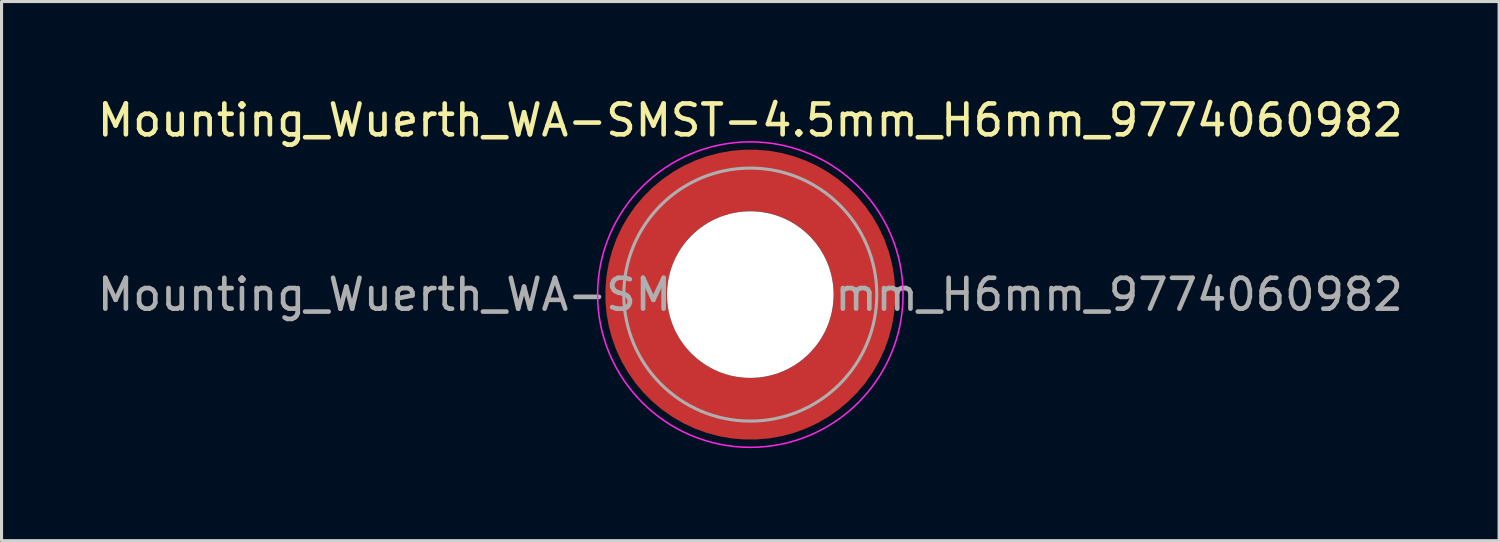
<source format=kicad_pcb>
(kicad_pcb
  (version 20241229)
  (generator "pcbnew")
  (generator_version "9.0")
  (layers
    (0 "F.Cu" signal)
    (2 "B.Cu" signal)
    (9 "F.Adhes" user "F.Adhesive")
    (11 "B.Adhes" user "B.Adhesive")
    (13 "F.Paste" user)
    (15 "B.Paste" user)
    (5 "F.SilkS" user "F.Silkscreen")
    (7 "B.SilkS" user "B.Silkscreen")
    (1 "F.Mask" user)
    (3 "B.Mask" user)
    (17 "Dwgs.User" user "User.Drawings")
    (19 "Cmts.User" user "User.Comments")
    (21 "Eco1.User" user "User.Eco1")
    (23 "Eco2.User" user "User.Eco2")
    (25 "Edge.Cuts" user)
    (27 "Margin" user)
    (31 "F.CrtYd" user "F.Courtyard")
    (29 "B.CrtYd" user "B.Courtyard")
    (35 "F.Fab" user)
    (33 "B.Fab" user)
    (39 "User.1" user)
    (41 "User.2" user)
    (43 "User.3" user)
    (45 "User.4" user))
  (footprint "Mounting_Wuerth_WA-SMST-4.5mm_H6mm_9774060982"
    (layer "F.Cu")
    (at 21.268 6.498)
    (property "Reference" "Mounting_Wuerth_WA-SMST-4.5mm_H6mm_9774060982" (at 0 -5.65 0) (layer "F.SilkS") (effects (font (size 1 1) (thickness 0.15))))
    (attr smd allow_soldermask_bridges)
    (fp_circle (center 0 0) (end 4.95 0) (stroke (width 0.05) (type solid)) (fill no) (layer "F.CrtYd"))
    (fp_circle (center 0 0) (end 4.1 0) (stroke (width 0.1) (type solid)) (fill no) (layer "F.Fab"))
    (fp_text user "${REFERENCE}" (at 0 0 0) (layer "F.Fab") (effects (font (size 1 1) (thickness 0.15))))
    (pad "" smd custom (at -2.607 -2.607) (size 0.948 0.948) (layers "F.Paste") (options (anchor circle)) (primitives (gr_arc (start -0.188183 2.107456) (mid 0.599273 0.599273) (end 2.107456 -0.188183) (width 0.2)) (gr_arc (start -0.289416 2.107456) (mid 0.52877 0.52877) (end 2.107456 -0.289416) (width 0.2)) (gr_arc (start -0.390547 2.107456) (mid 0.458268 0.458268) (end 2.107456 -0.390547) (width 0.2)) (gr_arc (start -0.491585 2.107456) (mid 0.387765 0.387765) (end 2.107456 -0.491585) (width 0.2)) (gr_arc (start -0.59254 2.107456) (mid 0.317262 0.317262) (end 2.107456 -0.59254) (width 0.2)) (gr_arc (start -0.693419 2.107456) (mid 0.246759 0.246759) (end 2.107456 -0.693419) (width 0.2)) (gr_arc (start -0.794229 2.107456) (mid 0.176257 0.176257) (end 2.107456 -0.794229) (width 0.2)) (gr_arc (start -0.894975 2.107456) (mid 0.105754 0.105754) (end 2.107456 -0.894975) (width 0.2)) (gr_arc (start -0.995664 2.107456) (mid 0.035251 0.035251) (end 2.107456 -0.995664) (width 0.2)) (gr_arc (start -1.0963 2.107456) (mid -0.035251 -0.035251) (end 2.107456 -1.0963) (width 0.2)) (gr_arc (start -1.196886 2.107456) (mid -0.105754 -0.105754) (end 2.107456 -1.196886) (width 0.2)) (gr_arc (start -1.297427 2.107456) (mid -0.176257 -0.176257) (end 2.107456 -1.297427) (width 0.2)) (gr_arc (start -1.397927 2.107456) (mid -0.246759 -0.246759) (end 2.107456 -1.397927) (width 0.2)) (gr_arc (start -1.498388 2.107456) (mid -0.317262 -0.317262) (end 2.107456 -1.498388) (width 0.2)) (gr_arc (start -1.598813 2.107456) (mid -0.387765 -0.387765) (end 2.107456 -1.598813) (width 0.2)) (gr_arc (start -1.699204 2.107456) (mid -0.458268 -0.458268) (end 2.107456 -1.699204) (width 0.2)) (gr_arc (start -1.799565 2.107456) (mid -0.52877 -0.52877) (end 2.107456 -1.799565) (width 0.2)) (gr_arc (start -1.899896 2.107456) (mid -0.599273 -0.599273) (end 2.107456 -1.899896) (width 0.2)) (gr_arc (start -1.899896 2.107456) (mid -0.599273 -0.599273) (end 2.107456 -1.899896) (width 0.2)) (gr_line (start 2.107 -0.188) (end 2.107 -1.9) (width 0.2)) (gr_line (start -0.188 2.107) (end -1.9 2.107) (width 0.2))))
    (pad "" smd custom (at -2.607 2.607) (size 0.948 0.948) (layers "F.Paste") (options (anchor circle)) (primitives (gr_arc (start 2.107456 0.188183) (mid 0.599273 -0.599273) (end -0.188183 -2.107456) (width 0.2)) (gr_arc (start 2.107456 0.289416) (mid 0.52877 -0.52877) (end -0.289416 -2.107456) (width 0.2)) (gr_arc (start 2.107456 0.390547) (mid 0.458268 -0.458268) (end -0.390547 -2.107456) (width 0.2)) (gr_arc (start 2.107456 0.491585) (mid 0.387765 -0.387765) (end -0.491585 -2.107456) (width 0.2)) (gr_arc (start 2.107456 0.59254) (mid 0.317262 -0.317262) (end -0.59254 -2.107456) (width 0.2)) (gr_arc (start 2.107456 0.693419) (mid 0.246759 -0.246759) (end -0.693419 -2.107456) (width 0.2)) (gr_arc (start 2.107456 0.794229) (mid 0.176257 -0.176257) (end -0.794229 -2.107456) (width 0.2)) (gr_arc (start 2.107456 0.894975) (mid 0.105754 -0.105754) (end -0.894975 -2.107456) (width 0.2)) (gr_arc (start 2.107456 0.995664) (mid 0.035251 -0.035251) (end -0.995664 -2.107456) (width 0.2)) (gr_arc (start 2.107456 1.0963) (mid -0.035251 0.035251) (end -1.0963 -2.107456) (width 0.2)) (gr_arc (start 2.107456 1.196886) (mid -0.105754 0.105754) (end -1.196886 -2.107456) (width 0.2)) (gr_arc (start 2.107456 1.297427) (mid -0.176257 0.176257) (end -1.297427 -2.107456) (width 0.2)) (gr_arc (start 2.107456 1.397927) (mid -0.246759 0.246759) (end -1.397927 -2.107456) (width 0.2)) (gr_arc (start 2.107456 1.498388) (mid -0.317262 0.317262) (end -1.498388 -2.107456) (width 0.2)) (gr_arc (start 2.107456 1.598813) (mid -0.387765 0.387765) (end -1.598813 -2.107456) (width 0.2)) (gr_arc (start 2.107456 1.699204) (mid -0.458268 0.458268) (end -1.699204 -2.107456) (width 0.2)) (gr_arc (start 2.107456 1.799565) (mid -0.52877 0.52877) (end -1.799565 -2.107456) (width 0.2)) (gr_arc (start 2.107456 1.899896) (mid -0.599273 0.599273) (end -1.899896 -2.107456) (width 0.2)) (gr_arc (start 2.107456 1.899896) (mid -0.599273 0.599273) (end -1.899896 -2.107456) (width 0.2)) (gr_line (start -0.188 -2.107) (end -1.9 -2.107) (width 0.2)) (gr_line (start 2.107 0.188) (end 2.107 1.9) (width 0.2))))
    (pad "" np_thru_hole circle (at 0 0) (size 5.4 5.4) (drill 5.4) (layers "*.Cu" "*.Mask"))
    (pad "" smd custom (at 2.607 -2.607) (size 0.948 0.948) (layers "F.Paste") (options (anchor circle)) (primitives (gr_arc (start -2.107456 -0.188183) (mid -0.599273 0.599273) (end 0.188183 2.107456) (width 0.2)) (gr_arc (start -2.107456 -0.289416) (mid -0.52877 0.52877) (end 0.289416 2.107456) (width 0.2)) (gr_arc (start -2.107456 -0.390547) (mid -0.458268 0.458268) (end 0.390547 2.107456) (width 0.2)) (gr_arc (start -2.107456 -0.491585) (mid -0.387765 0.387765) (end 0.491585 2.107456) (width 0.2)) (gr_arc (start -2.107456 -0.59254) (mid -0.317262 0.317262) (end 0.59254 2.107456) (width 0.2)) (gr_arc (start -2.107456 -0.693419) (mid -0.246759 0.246759) (end 0.693419 2.107456) (width 0.2)) (gr_arc (start -2.107456 -0.794229) (mid -0.176257 0.176257) (end 0.794229 2.107456) (width 0.2)) (gr_arc (start -2.107456 -0.894975) (mid -0.105754 0.105754) (end 0.894975 2.107456) (width 0.2)) (gr_arc (start -2.107456 -0.995664) (mid -0.035251 0.035251) (end 0.995664 2.107456) (width 0.2)) (gr_arc (start -2.107456 -1.0963) (mid 0.035251 -0.035251) (end 1.0963 2.107456) (width 0.2)) (gr_arc (start -2.107456 -1.196886) (mid 0.105754 -0.105754) (end 1.196886 2.107456) (width 0.2)) (gr_arc (start -2.107456 -1.297427) (mid 0.176257 -0.176257) (end 1.297427 2.107456) (width 0.2)) (gr_arc (start -2.107456 -1.397927) (mid 0.246759 -0.246759) (end 1.397927 2.107456) (width 0.2)) (gr_arc (start -2.107456 -1.498388) (mid 0.317262 -0.317262) (end 1.498388 2.107456) (width 0.2)) (gr_arc (start -2.107456 -1.598813) (mid 0.387765 -0.387765) (end 1.598813 2.107456) (width 0.2)) (gr_arc (start -2.107456 -1.699204) (mid 0.458268 -0.458268) (end 1.699204 2.107456) (width 0.2)) (gr_arc (start -2.107456 -1.799565) (mid 0.52877 -0.52877) (end 1.799565 2.107456) (width 0.2)) (gr_arc (start -2.107456 -1.899896) (mid 0.599273 -0.599273) (end 1.899896 2.107456) (width 0.2)) (gr_arc (start -2.107456 -1.899896) (mid 0.599273 -0.599273) (end 1.899896 2.107456) (width 0.2)) (gr_line (start 0.188 2.107) (end 1.9 2.107) (width 0.2)) (gr_line (start -2.107 -0.188) (end -2.107 -1.9) (width 0.2))))
    (pad "" smd custom (at 2.607 2.607) (size 0.948 0.948) (layers "F.Paste") (options (anchor circle)) (primitives (gr_arc (start 0.188183 -2.107456) (mid -0.599273 -0.599273) (end -2.107456 0.188183) (width 0.2)) (gr_arc (start 0.289416 -2.107456) (mid -0.52877 -0.52877) (end -2.107456 0.289416) (width 0.2)) (gr_arc (start 0.390547 -2.107456) (mid -0.458268 -0.458268) (end -2.107456 0.390547) (width 0.2)) (gr_arc (start 0.491585 -2.107456) (mid -0.387765 -0.387765) (end -2.107456 0.491585) (width 0.2)) (gr_arc (start 0.59254 -2.107456) (mid -0.317262 -0.317262) (end -2.107456 0.59254) (width 0.2)) (gr_arc (start 0.693419 -2.107456) (mid -0.246759 -0.246759) (end -2.107456 0.693419) (width 0.2)) (gr_arc (start 0.794229 -2.107456) (mid -0.176257 -0.176257) (end -2.107456 0.794229) (width 0.2)) (gr_arc (start 0.894975 -2.107456) (mid -0.105754 -0.105754) (end -2.107456 0.894975) (width 0.2)) (gr_arc (start 0.995664 -2.107456) (mid -0.035251 -0.035251) (end -2.107456 0.995664) (width 0.2)) (gr_arc (start 1.0963 -2.107456) (mid 0.035251 0.035251) (end -2.107456 1.0963) (width 0.2)) (gr_arc (start 1.196886 -2.107456) (mid 0.105754 0.105754) (end -2.107456 1.196886) (width 0.2)) (gr_arc (start 1.297427 -2.107456) (mid 0.176257 0.176257) (end -2.107456 1.297427) (width 0.2)) (gr_arc (start 1.397927 -2.107456) (mid 0.246759 0.246759) (end -2.107456 1.397927) (width 0.2)) (gr_arc (start 1.498388 -2.107456) (mid 0.317262 0.317262) (end -2.107456 1.498388) (width 0.2)) (gr_arc (start 1.598813 -2.107456) (mid 0.387765 0.387765) (end -2.107456 1.598813) (width 0.2)) (gr_arc (start 1.699204 -2.107456) (mid 0.458268 0.458268) (end -2.107456 1.699204) (width 0.2)) (gr_arc (start 1.799565 -2.107456) (mid 0.52877 0.52877) (end -2.107456 1.799565) (width 0.2)) (gr_arc (start 1.899896 -2.107456) (mid 0.599273 0.599273) (end -2.107456 1.899896) (width 0.2)) (gr_arc (start 1.899896 -2.107456) (mid 0.599273 0.599273) (end -2.107456 1.899896) (width 0.2)) (gr_line (start -2.107 0.188) (end -2.107 1.9) (width 0.2)) (gr_line (start 0.188 -2.107) (end 1.9 -2.107) (width 0.2))))
    (pad "1" smd circle (at -3.7 0) (size 1.492 1.492) (layers "F.Cu"))
    (pad "1" smd circle (at 0 -3.7) (size 1.492 1.492) (layers "F.Cu"))
    (pad "1" smd circle (at 0 3.7) (size 1.492 1.492) (layers "F.Cu"))
    (pad "1" smd custom (at 3.7 0) (size 2 2) (layers "F.Cu" "F.Mask") (options (anchor circle)) (primitives (gr_circle (center -3.7 0) (end 0 0) (width 2) (fill no)))))
  (gr_rect
    (start -3 -3)
    (end 45.536 14.473)
    (stroke (width 0.1) (type default))
    (fill no)
    (layer "Edge.Cuts")))
</source>
